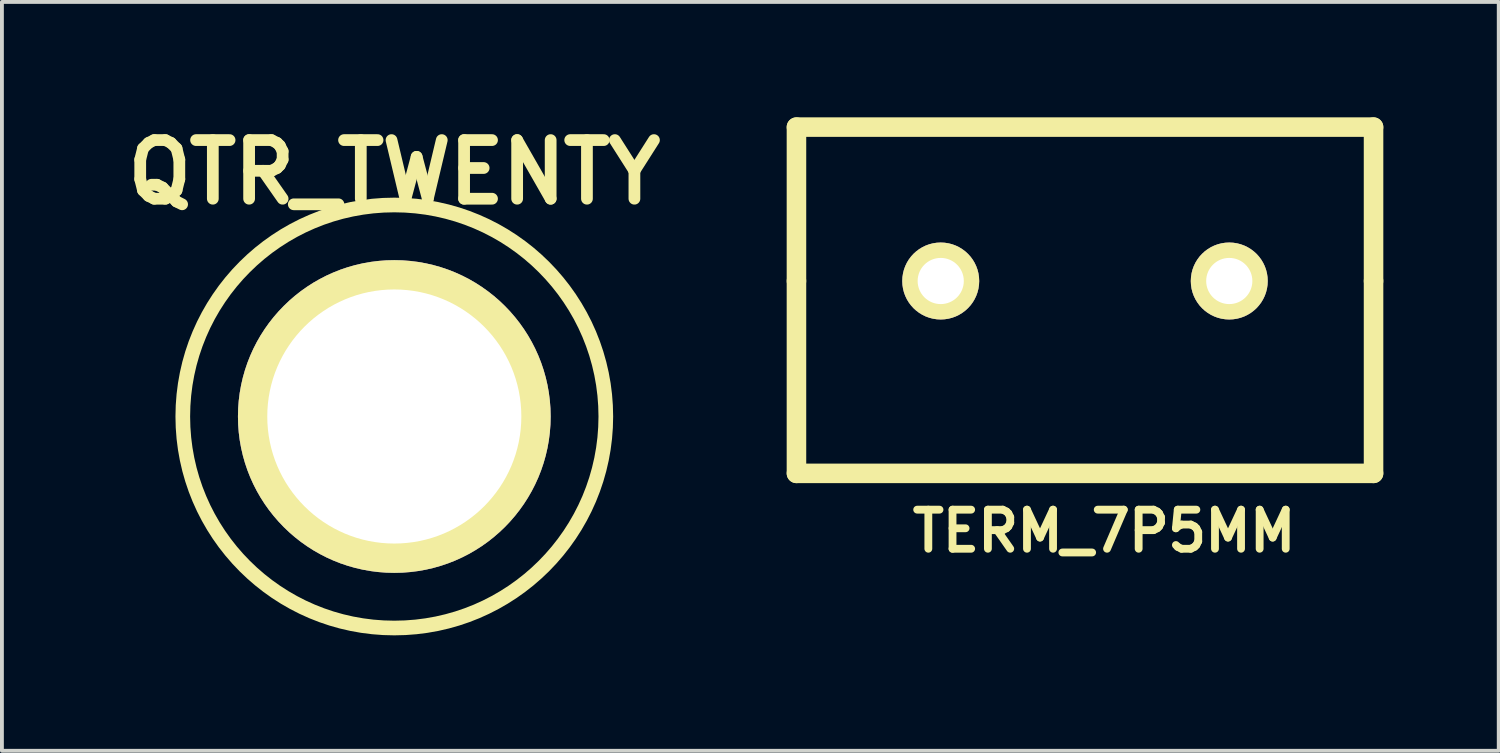
<source format=kicad_pcb>
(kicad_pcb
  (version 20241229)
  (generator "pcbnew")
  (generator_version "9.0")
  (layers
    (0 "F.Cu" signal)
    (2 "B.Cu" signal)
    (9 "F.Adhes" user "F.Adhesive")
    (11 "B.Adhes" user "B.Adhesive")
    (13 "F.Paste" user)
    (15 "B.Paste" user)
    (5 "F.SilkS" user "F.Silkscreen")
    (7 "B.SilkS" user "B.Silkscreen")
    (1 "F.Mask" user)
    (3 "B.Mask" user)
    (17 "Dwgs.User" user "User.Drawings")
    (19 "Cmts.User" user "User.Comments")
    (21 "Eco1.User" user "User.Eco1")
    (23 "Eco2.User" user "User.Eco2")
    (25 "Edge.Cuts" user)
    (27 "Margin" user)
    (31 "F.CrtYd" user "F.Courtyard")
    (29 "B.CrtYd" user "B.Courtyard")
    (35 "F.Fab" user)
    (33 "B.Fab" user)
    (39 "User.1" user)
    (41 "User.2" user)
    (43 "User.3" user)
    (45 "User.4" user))
  (footprint "QTR_TWENTY"
    (layer "F.Cu")
    (at 7.199 7.776)
    (property "Reference" "QTR_TWENTY" (at 0 -6.35 0) (layer "F.SilkS") (effects (font (size 1.524 1.524) (thickness 0.305))))
    (attr through_hole)
    (fp_circle (center 0 0) (end 5.461 0.635) (stroke (width 0.381) (type solid)) (fill no) (layer "F.SilkS"))
    (pad "" thru_hole circle (at 0 0) (size 8.128 8.128) (drill 6.604) (layers "*.Cu" "*.Mask" "F.SilkS")))
  (footprint "TERM_7P5MM"
    (layer "F.Cu")
    (at 25.152 4.254)
    (property "Reference" "TERM_7P5MM" (at 0.5 6.5 0) (layer "F.SilkS") (effects (font (size 1.016 1.016) (thickness 0.203))))
    (attr through_hole)
    (fp_line (start -7.5 -4) (end 7.5 -4) (stroke (width 0.508) (type solid)) (layer "F.SilkS"))
    (fp_line (start -7.5 0) (end -7.5 -4) (stroke (width 0.508) (type solid)) (layer "F.SilkS"))
    (fp_line (start -7.5 5) (end -7.5 0) (stroke (width 0.508) (type solid)) (layer "F.SilkS"))
    (fp_line (start 7.5 -4) (end 7.5 0) (stroke (width 0.508) (type solid)) (layer "F.SilkS"))
    (fp_line (start 7.5 0) (end 7.5 5) (stroke (width 0.508) (type solid)) (layer "F.SilkS"))
    (fp_line (start 7.5 5) (end -7.5 5) (stroke (width 0.508) (type solid)) (layer "F.SilkS"))
    (pad "1" thru_hole circle (at -3.75 0) (size 2 2) (drill 1.2) (layers "*.Cu" "*.Mask" "F.SilkS"))
    (pad "2" thru_hole circle (at 3.75 0) (size 2 2) (drill 1.2) (layers "*.Cu" "*.Mask" "F.SilkS")))
  (gr_rect
    (start -3 -3)
    (end 35.906 16.465)
    (stroke (width 0.1) (type default))
    (fill no)
    (layer "Edge.Cuts")))
</source>
